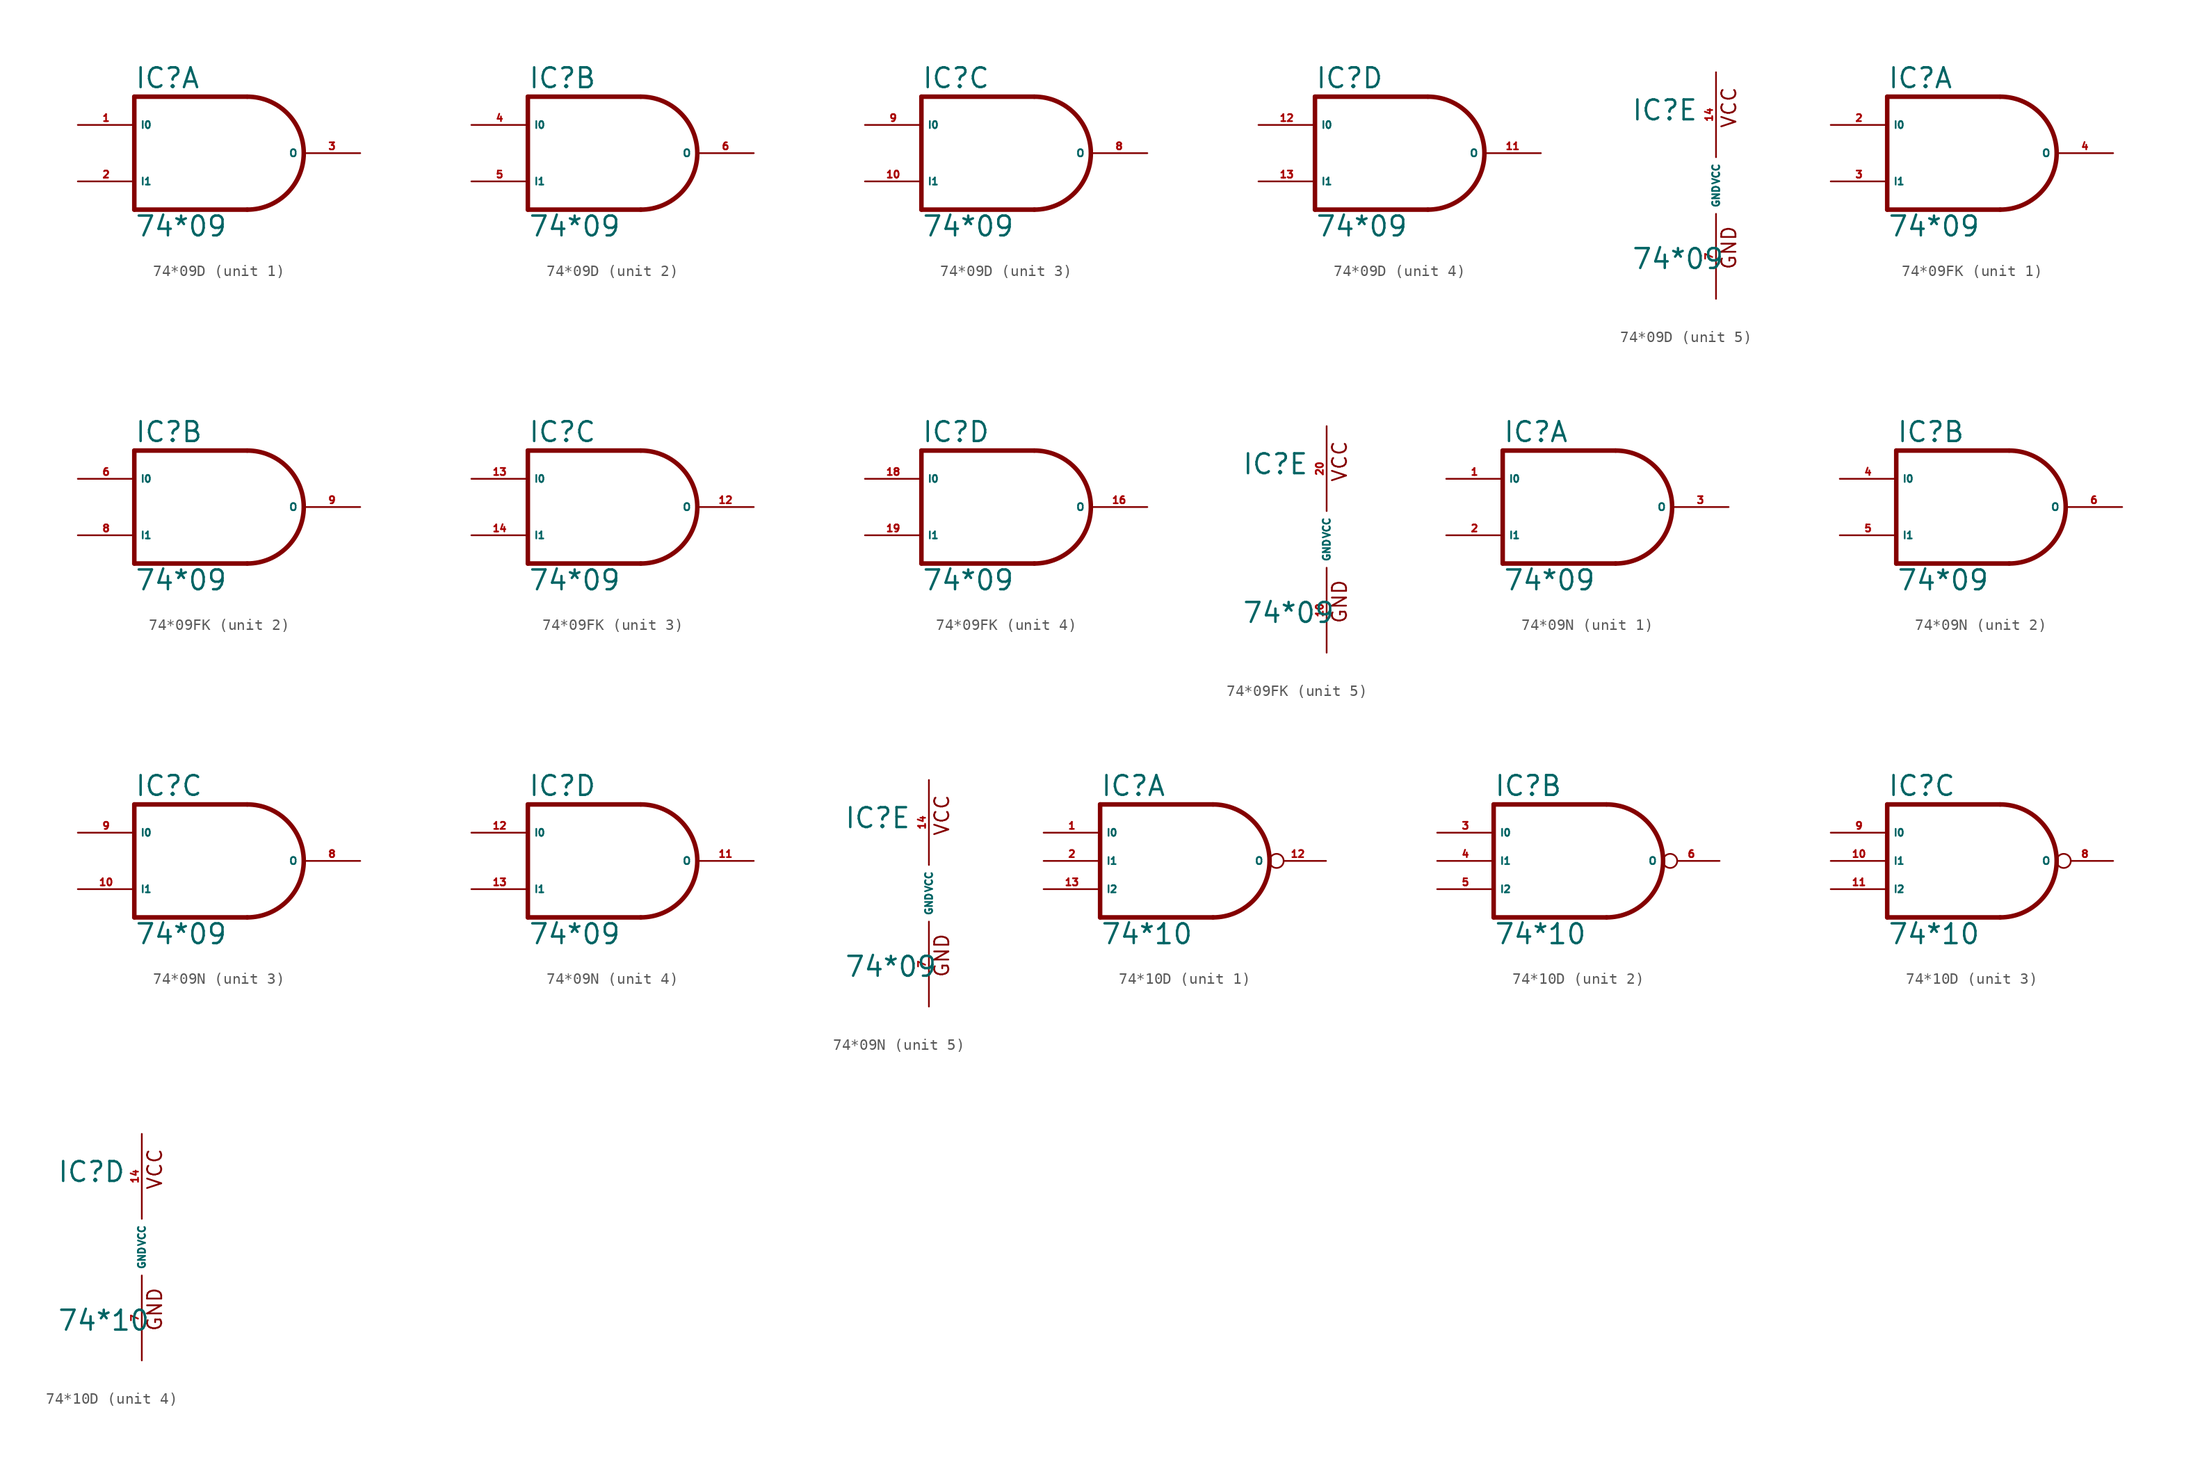
<source format=kicad_sym>
(kicad_symbol_lib
  (version 20220914)
  (generator Eagle2Kicad)
  (symbol "74*09D"
    (property "Reference" "IC"
      (at -7.62 5.715 0)
      (effects (font (size 1.778 1.778) (thickness 0.22)) (justify left bottom)))
    (property "Value" "74*09"
      (at -7.62 -7.62 0)
      (effects (font (size 1.778 1.778) (thickness 0.22)) (justify left bottom)))
    (symbol "74*09D_1_0"
      (polyline (pts (xy 2.54 5.08) (xy -7.62 5.08)) (stroke (width 0.406) (type default)) (fill (type none)))
      (polyline (pts (xy -7.62 5.08) (xy -7.62 -5.08)) (stroke (width 0.406) (type default)) (fill (type none)))
      (polyline (pts (xy -7.62 -5.08) (xy 2.54 -5.08)) (stroke (width 0.406) (type default)) (fill (type none)))
      (arc (start 2.54 -5.08) (mid 7.620 0.000) (end 2.54 5.08) (stroke (width 0.4064) (type default)) (fill (type none)))
      (pin input line (at -12.7 2.54 0) (length 5.08) (name "I0" (effects (font (size 0.635 0.635) (thickness 0.08)) (justify left bottom))) (number "1" (effects (font (size 0.635 0.635) (thickness 0.08)) (justify left bottom))))
      (pin input line (at -12.7 -2.54 0) (length 5.08) (name "I1" (effects (font (size 0.635 0.635) (thickness 0.08)) (justify left bottom))) (number "2" (effects (font (size 0.635 0.635) (thickness 0.08)) (justify left bottom))))
      (pin open_collector line (at 12.7 0 180) (length 5.08) (name "O" (effects (font (size 0.635 0.635) (thickness 0.08)) (justify left bottom))) (number "3" (effects (font (size 0.635 0.635) (thickness 0.08)) (justify left bottom)))))
    (symbol "74*09D_2_0"
      (polyline (pts (xy 2.54 5.08) (xy -7.62 5.08)) (stroke (width 0.406) (type default)) (fill (type none)))
      (polyline (pts (xy -7.62 5.08) (xy -7.62 -5.08)) (stroke (width 0.406) (type default)) (fill (type none)))
      (polyline (pts (xy -7.62 -5.08) (xy 2.54 -5.08)) (stroke (width 0.406) (type default)) (fill (type none)))
      (arc (start 2.54 -5.08) (mid 7.620 0.000) (end 2.54 5.08) (stroke (width 0.4064) (type default)) (fill (type none)))
      (pin input line (at -12.7 2.54 0) (length 5.08) (name "I0" (effects (font (size 0.635 0.635) (thickness 0.08)) (justify left bottom))) (number "4" (effects (font (size 0.635 0.635) (thickness 0.08)) (justify left bottom))))
      (pin input line (at -12.7 -2.54 0) (length 5.08) (name "I1" (effects (font (size 0.635 0.635) (thickness 0.08)) (justify left bottom))) (number "5" (effects (font (size 0.635 0.635) (thickness 0.08)) (justify left bottom))))
      (pin open_collector line (at 12.7 0 180) (length 5.08) (name "O" (effects (font (size 0.635 0.635) (thickness 0.08)) (justify left bottom))) (number "6" (effects (font (size 0.635 0.635) (thickness 0.08)) (justify left bottom)))))
    (symbol "74*09D_3_0"
      (polyline (pts (xy 2.54 5.08) (xy -7.62 5.08)) (stroke (width 0.406) (type default)) (fill (type none)))
      (polyline (pts (xy -7.62 5.08) (xy -7.62 -5.08)) (stroke (width 0.406) (type default)) (fill (type none)))
      (polyline (pts (xy -7.62 -5.08) (xy 2.54 -5.08)) (stroke (width 0.406) (type default)) (fill (type none)))
      (arc (start 2.54 -5.08) (mid 7.620 0.000) (end 2.54 5.08) (stroke (width 0.4064) (type default)) (fill (type none)))
      (pin input line (at -12.7 2.54 0) (length 5.08) (name "I0" (effects (font (size 0.635 0.635) (thickness 0.08)) (justify left bottom))) (number "9" (effects (font (size 0.635 0.635) (thickness 0.08)) (justify left bottom))))
      (pin input line (at -12.7 -2.54 0) (length 5.08) (name "I1" (effects (font (size 0.635 0.635) (thickness 0.08)) (justify left bottom))) (number "10" (effects (font (size 0.635 0.635) (thickness 0.08)) (justify left bottom))))
      (pin open_collector line (at 12.7 0 180) (length 5.08) (name "O" (effects (font (size 0.635 0.635) (thickness 0.08)) (justify left bottom))) (number "8" (effects (font (size 0.635 0.635) (thickness 0.08)) (justify left bottom)))))
    (symbol "74*09D_4_0"
      (polyline (pts (xy 2.54 5.08) (xy -7.62 5.08)) (stroke (width 0.406) (type default)) (fill (type none)))
      (polyline (pts (xy -7.62 5.08) (xy -7.62 -5.08)) (stroke (width 0.406) (type default)) (fill (type none)))
      (polyline (pts (xy -7.62 -5.08) (xy 2.54 -5.08)) (stroke (width 0.406) (type default)) (fill (type none)))
      (arc (start 2.54 -5.08) (mid 7.620 0.000) (end 2.54 5.08) (stroke (width 0.4064) (type default)) (fill (type none)))
      (pin input line (at -12.7 2.54 0) (length 5.08) (name "I0" (effects (font (size 0.635 0.635) (thickness 0.08)) (justify left bottom))) (number "12" (effects (font (size 0.635 0.635) (thickness 0.08)) (justify left bottom))))
      (pin input line (at -12.7 -2.54 0) (length 5.08) (name "I1" (effects (font (size 0.635 0.635) (thickness 0.08)) (justify left bottom))) (number "13" (effects (font (size 0.635 0.635) (thickness 0.08)) (justify left bottom))))
      (pin open_collector line (at 12.7 0 180) (length 5.08) (name "O" (effects (font (size 0.635 0.635) (thickness 0.08)) (justify left bottom))) (number "11" (effects (font (size 0.635 0.635) (thickness 0.08)) (justify left bottom)))))
    (symbol "74*09D_5_0"
      (text "GND" (at 1.905 -7.62 900) (effects (font (size 1.27 1.27) (thickness 0.16)) (justify left bottom)))
      (text "VCC" (at 1.905 5.08 900) (effects (font (size 1.27 1.27) (thickness 0.16)) (justify left bottom)))
      (pin unspecified line (at 0 -10.16 90) (length 7.62) (name "GND" (effects (font (size 0.635 0.635) (thickness 0.08)) (justify left bottom))) (number "7" (effects (font (size 0.635 0.635) (thickness 0.08)) (justify left bottom))))
      (pin unspecified line (at 0 10.16 270) (length 7.62) (name "VCC" (effects (font (size 0.635 0.635) (thickness 0.08)) (justify left bottom))) (number "14" (effects (font (size 0.635 0.635) (thickness 0.08)) (justify left bottom))))))
  (symbol "74*09FK"
    (property "Reference" "IC"
      (at -7.62 5.715 0)
      (effects (font (size 1.778 1.778) (thickness 0.22)) (justify left bottom)))
    (property "Value" "74*09"
      (at -7.62 -7.62 0)
      (effects (font (size 1.778 1.778) (thickness 0.22)) (justify left bottom)))
    (symbol "74*09FK_1_0"
      (polyline (pts (xy 2.54 5.08) (xy -7.62 5.08)) (stroke (width 0.406) (type default)) (fill (type none)))
      (polyline (pts (xy -7.62 5.08) (xy -7.62 -5.08)) (stroke (width 0.406) (type default)) (fill (type none)))
      (polyline (pts (xy -7.62 -5.08) (xy 2.54 -5.08)) (stroke (width 0.406) (type default)) (fill (type none)))
      (arc (start 2.54 -5.08) (mid 7.620 0.000) (end 2.54 5.08) (stroke (width 0.4064) (type default)) (fill (type none)))
      (pin input line (at -12.7 2.54 0) (length 5.08) (name "I0" (effects (font (size 0.635 0.635) (thickness 0.08)) (justify left bottom))) (number "2" (effects (font (size 0.635 0.635) (thickness 0.08)) (justify left bottom))))
      (pin input line (at -12.7 -2.54 0) (length 5.08) (name "I1" (effects (font (size 0.635 0.635) (thickness 0.08)) (justify left bottom))) (number "3" (effects (font (size 0.635 0.635) (thickness 0.08)) (justify left bottom))))
      (pin open_collector line (at 12.7 0 180) (length 5.08) (name "O" (effects (font (size 0.635 0.635) (thickness 0.08)) (justify left bottom))) (number "4" (effects (font (size 0.635 0.635) (thickness 0.08)) (justify left bottom)))))
    (symbol "74*09FK_2_0"
      (polyline (pts (xy 2.54 5.08) (xy -7.62 5.08)) (stroke (width 0.406) (type default)) (fill (type none)))
      (polyline (pts (xy -7.62 5.08) (xy -7.62 -5.08)) (stroke (width 0.406) (type default)) (fill (type none)))
      (polyline (pts (xy -7.62 -5.08) (xy 2.54 -5.08)) (stroke (width 0.406) (type default)) (fill (type none)))
      (arc (start 2.54 -5.08) (mid 7.620 0.000) (end 2.54 5.08) (stroke (width 0.4064) (type default)) (fill (type none)))
      (pin input line (at -12.7 2.54 0) (length 5.08) (name "I0" (effects (font (size 0.635 0.635) (thickness 0.08)) (justify left bottom))) (number "6" (effects (font (size 0.635 0.635) (thickness 0.08)) (justify left bottom))))
      (pin input line (at -12.7 -2.54 0) (length 5.08) (name "I1" (effects (font (size 0.635 0.635) (thickness 0.08)) (justify left bottom))) (number "8" (effects (font (size 0.635 0.635) (thickness 0.08)) (justify left bottom))))
      (pin open_collector line (at 12.7 0 180) (length 5.08) (name "O" (effects (font (size 0.635 0.635) (thickness 0.08)) (justify left bottom))) (number "9" (effects (font (size 0.635 0.635) (thickness 0.08)) (justify left bottom)))))
    (symbol "74*09FK_3_0"
      (polyline (pts (xy 2.54 5.08) (xy -7.62 5.08)) (stroke (width 0.406) (type default)) (fill (type none)))
      (polyline (pts (xy -7.62 5.08) (xy -7.62 -5.08)) (stroke (width 0.406) (type default)) (fill (type none)))
      (polyline (pts (xy -7.62 -5.08) (xy 2.54 -5.08)) (stroke (width 0.406) (type default)) (fill (type none)))
      (arc (start 2.54 -5.08) (mid 7.620 0.000) (end 2.54 5.08) (stroke (width 0.4064) (type default)) (fill (type none)))
      (pin input line (at -12.7 2.54 0) (length 5.08) (name "I0" (effects (font (size 0.635 0.635) (thickness 0.08)) (justify left bottom))) (number "13" (effects (font (size 0.635 0.635) (thickness 0.08)) (justify left bottom))))
      (pin input line (at -12.7 -2.54 0) (length 5.08) (name "I1" (effects (font (size 0.635 0.635) (thickness 0.08)) (justify left bottom))) (number "14" (effects (font (size 0.635 0.635) (thickness 0.08)) (justify left bottom))))
      (pin open_collector line (at 12.7 0 180) (length 5.08) (name "O" (effects (font (size 0.635 0.635) (thickness 0.08)) (justify left bottom))) (number "12" (effects (font (size 0.635 0.635) (thickness 0.08)) (justify left bottom)))))
    (symbol "74*09FK_4_0"
      (polyline (pts (xy 2.54 5.08) (xy -7.62 5.08)) (stroke (width 0.406) (type default)) (fill (type none)))
      (polyline (pts (xy -7.62 5.08) (xy -7.62 -5.08)) (stroke (width 0.406) (type default)) (fill (type none)))
      (polyline (pts (xy -7.62 -5.08) (xy 2.54 -5.08)) (stroke (width 0.406) (type default)) (fill (type none)))
      (arc (start 2.54 -5.08) (mid 7.620 0.000) (end 2.54 5.08) (stroke (width 0.4064) (type default)) (fill (type none)))
      (pin input line (at -12.7 2.54 0) (length 5.08) (name "I0" (effects (font (size 0.635 0.635) (thickness 0.08)) (justify left bottom))) (number "18" (effects (font (size 0.635 0.635) (thickness 0.08)) (justify left bottom))))
      (pin input line (at -12.7 -2.54 0) (length 5.08) (name "I1" (effects (font (size 0.635 0.635) (thickness 0.08)) (justify left bottom))) (number "19" (effects (font (size 0.635 0.635) (thickness 0.08)) (justify left bottom))))
      (pin open_collector line (at 12.7 0 180) (length 5.08) (name "O" (effects (font (size 0.635 0.635) (thickness 0.08)) (justify left bottom))) (number "16" (effects (font (size 0.635 0.635) (thickness 0.08)) (justify left bottom)))))
    (symbol "74*09FK_5_0"
      (text "GND" (at 1.905 -7.62 900) (effects (font (size 1.27 1.27) (thickness 0.16)) (justify left bottom)))
      (text "VCC" (at 1.905 5.08 900) (effects (font (size 1.27 1.27) (thickness 0.16)) (justify left bottom)))
      (pin unspecified line (at 0 -10.16 90) (length 7.62) (name "GND" (effects (font (size 0.635 0.635) (thickness 0.08)) (justify left bottom))) (number "10" (effects (font (size 0.635 0.635) (thickness 0.08)) (justify left bottom))))
      (pin unspecified line (at 0 10.16 270) (length 7.62) (name "VCC" (effects (font (size 0.635 0.635) (thickness 0.08)) (justify left bottom))) (number "20" (effects (font (size 0.635 0.635) (thickness 0.08)) (justify left bottom))))))
  (symbol "74*09N"
    (property "Reference" "IC"
      (at -7.62 5.715 0)
      (effects (font (size 1.778 1.778) (thickness 0.22)) (justify left bottom)))
    (property "Value" "74*09"
      (at -7.62 -7.62 0)
      (effects (font (size 1.778 1.778) (thickness 0.22)) (justify left bottom)))
    (symbol "74*09N_1_0"
      (polyline (pts (xy 2.54 5.08) (xy -7.62 5.08)) (stroke (width 0.406) (type default)) (fill (type none)))
      (polyline (pts (xy -7.62 5.08) (xy -7.62 -5.08)) (stroke (width 0.406) (type default)) (fill (type none)))
      (polyline (pts (xy -7.62 -5.08) (xy 2.54 -5.08)) (stroke (width 0.406) (type default)) (fill (type none)))
      (arc (start 2.54 -5.08) (mid 7.620 0.000) (end 2.54 5.08) (stroke (width 0.4064) (type default)) (fill (type none)))
      (pin input line (at -12.7 2.54 0) (length 5.08) (name "I0" (effects (font (size 0.635 0.635) (thickness 0.08)) (justify left bottom))) (number "1" (effects (font (size 0.635 0.635) (thickness 0.08)) (justify left bottom))))
      (pin input line (at -12.7 -2.54 0) (length 5.08) (name "I1" (effects (font (size 0.635 0.635) (thickness 0.08)) (justify left bottom))) (number "2" (effects (font (size 0.635 0.635) (thickness 0.08)) (justify left bottom))))
      (pin open_collector line (at 12.7 0 180) (length 5.08) (name "O" (effects (font (size 0.635 0.635) (thickness 0.08)) (justify left bottom))) (number "3" (effects (font (size 0.635 0.635) (thickness 0.08)) (justify left bottom)))))
    (symbol "74*09N_2_0"
      (polyline (pts (xy 2.54 5.08) (xy -7.62 5.08)) (stroke (width 0.406) (type default)) (fill (type none)))
      (polyline (pts (xy -7.62 5.08) (xy -7.62 -5.08)) (stroke (width 0.406) (type default)) (fill (type none)))
      (polyline (pts (xy -7.62 -5.08) (xy 2.54 -5.08)) (stroke (width 0.406) (type default)) (fill (type none)))
      (arc (start 2.54 -5.08) (mid 7.620 0.000) (end 2.54 5.08) (stroke (width 0.4064) (type default)) (fill (type none)))
      (pin input line (at -12.7 2.54 0) (length 5.08) (name "I0" (effects (font (size 0.635 0.635) (thickness 0.08)) (justify left bottom))) (number "4" (effects (font (size 0.635 0.635) (thickness 0.08)) (justify left bottom))))
      (pin input line (at -12.7 -2.54 0) (length 5.08) (name "I1" (effects (font (size 0.635 0.635) (thickness 0.08)) (justify left bottom))) (number "5" (effects (font (size 0.635 0.635) (thickness 0.08)) (justify left bottom))))
      (pin open_collector line (at 12.7 0 180) (length 5.08) (name "O" (effects (font (size 0.635 0.635) (thickness 0.08)) (justify left bottom))) (number "6" (effects (font (size 0.635 0.635) (thickness 0.08)) (justify left bottom)))))
    (symbol "74*09N_3_0"
      (polyline (pts (xy 2.54 5.08) (xy -7.62 5.08)) (stroke (width 0.406) (type default)) (fill (type none)))
      (polyline (pts (xy -7.62 5.08) (xy -7.62 -5.08)) (stroke (width 0.406) (type default)) (fill (type none)))
      (polyline (pts (xy -7.62 -5.08) (xy 2.54 -5.08)) (stroke (width 0.406) (type default)) (fill (type none)))
      (arc (start 2.54 -5.08) (mid 7.620 0.000) (end 2.54 5.08) (stroke (width 0.4064) (type default)) (fill (type none)))
      (pin input line (at -12.7 2.54 0) (length 5.08) (name "I0" (effects (font (size 0.635 0.635) (thickness 0.08)) (justify left bottom))) (number "9" (effects (font (size 0.635 0.635) (thickness 0.08)) (justify left bottom))))
      (pin input line (at -12.7 -2.54 0) (length 5.08) (name "I1" (effects (font (size 0.635 0.635) (thickness 0.08)) (justify left bottom))) (number "10" (effects (font (size 0.635 0.635) (thickness 0.08)) (justify left bottom))))
      (pin open_collector line (at 12.7 0 180) (length 5.08) (name "O" (effects (font (size 0.635 0.635) (thickness 0.08)) (justify left bottom))) (number "8" (effects (font (size 0.635 0.635) (thickness 0.08)) (justify left bottom)))))
    (symbol "74*09N_4_0"
      (polyline (pts (xy 2.54 5.08) (xy -7.62 5.08)) (stroke (width 0.406) (type default)) (fill (type none)))
      (polyline (pts (xy -7.62 5.08) (xy -7.62 -5.08)) (stroke (width 0.406) (type default)) (fill (type none)))
      (polyline (pts (xy -7.62 -5.08) (xy 2.54 -5.08)) (stroke (width 0.406) (type default)) (fill (type none)))
      (arc (start 2.54 -5.08) (mid 7.620 0.000) (end 2.54 5.08) (stroke (width 0.4064) (type default)) (fill (type none)))
      (pin input line (at -12.7 2.54 0) (length 5.08) (name "I0" (effects (font (size 0.635 0.635) (thickness 0.08)) (justify left bottom))) (number "12" (effects (font (size 0.635 0.635) (thickness 0.08)) (justify left bottom))))
      (pin input line (at -12.7 -2.54 0) (length 5.08) (name "I1" (effects (font (size 0.635 0.635) (thickness 0.08)) (justify left bottom))) (number "13" (effects (font (size 0.635 0.635) (thickness 0.08)) (justify left bottom))))
      (pin open_collector line (at 12.7 0 180) (length 5.08) (name "O" (effects (font (size 0.635 0.635) (thickness 0.08)) (justify left bottom))) (number "11" (effects (font (size 0.635 0.635) (thickness 0.08)) (justify left bottom)))))
    (symbol "74*09N_5_0"
      (text "GND" (at 1.905 -7.62 900) (effects (font (size 1.27 1.27) (thickness 0.16)) (justify left bottom)))
      (text "VCC" (at 1.905 5.08 900) (effects (font (size 1.27 1.27) (thickness 0.16)) (justify left bottom)))
      (pin unspecified line (at 0 -10.16 90) (length 7.62) (name "GND" (effects (font (size 0.635 0.635) (thickness 0.08)) (justify left bottom))) (number "7" (effects (font (size 0.635 0.635) (thickness 0.08)) (justify left bottom))))
      (pin unspecified line (at 0 10.16 270) (length 7.62) (name "VCC" (effects (font (size 0.635 0.635) (thickness 0.08)) (justify left bottom))) (number "14" (effects (font (size 0.635 0.635) (thickness 0.08)) (justify left bottom))))))
  (symbol "74*10D"
    (property "Reference" "IC"
      (at -7.62 5.715 0)
      (effects (font (size 1.778 1.778) (thickness 0.22)) (justify left bottom)))
    (property "Value" "74*10"
      (at -7.62 -7.62 0)
      (effects (font (size 1.778 1.778) (thickness 0.22)) (justify left bottom)))
    (symbol "74*10D_1_0"
      (polyline (pts (xy 2.54 5.08) (xy -7.62 5.08)) (stroke (width 0.406) (type default)) (fill (type none)))
      (polyline (pts (xy -7.62 5.08) (xy -7.62 -5.08)) (stroke (width 0.406) (type default)) (fill (type none)))
      (polyline (pts (xy -7.62 -5.08) (xy 2.54 -5.08)) (stroke (width 0.406) (type default)) (fill (type none)))
      (arc (start 2.54 -5.08) (mid 7.620 0.000) (end 2.54 5.08) (stroke (width 0.4064) (type default)) (fill (type none)))
      (pin input line (at -12.7 2.54 0) (length 5.08) (name "I0" (effects (font (size 0.635 0.635) (thickness 0.08)) (justify left bottom))) (number "1" (effects (font (size 0.635 0.635) (thickness 0.08)) (justify left bottom))))
      (pin input line (at -12.7 0 0) (length 5.08) (name "I1" (effects (font (size 0.635 0.635) (thickness 0.08)) (justify left bottom))) (number "2" (effects (font (size 0.635 0.635) (thickness 0.08)) (justify left bottom))))
      (pin output inverted (at 12.7 0 180) (length 5.08) (name "O" (effects (font (size 0.635 0.635) (thickness 0.08)) (justify left bottom))) (number "12" (effects (font (size 0.635 0.635) (thickness 0.08)) (justify left bottom))))
      (pin input line (at -12.7 -2.54 0) (length 5.08) (name "I2" (effects (font (size 0.635 0.635) (thickness 0.08)) (justify left bottom))) (number "13" (effects (font (size 0.635 0.635) (thickness 0.08)) (justify left bottom)))))
    (symbol "74*10D_2_0"
      (polyline (pts (xy 2.54 5.08) (xy -7.62 5.08)) (stroke (width 0.406) (type default)) (fill (type none)))
      (polyline (pts (xy -7.62 5.08) (xy -7.62 -5.08)) (stroke (width 0.406) (type default)) (fill (type none)))
      (polyline (pts (xy -7.62 -5.08) (xy 2.54 -5.08)) (stroke (width 0.406) (type default)) (fill (type none)))
      (arc (start 2.54 -5.08) (mid 7.620 0.000) (end 2.54 5.08) (stroke (width 0.4064) (type default)) (fill (type none)))
      (pin input line (at -12.7 2.54 0) (length 5.08) (name "I0" (effects (font (size 0.635 0.635) (thickness 0.08)) (justify left bottom))) (number "3" (effects (font (size 0.635 0.635) (thickness 0.08)) (justify left bottom))))
      (pin input line (at -12.7 0 0) (length 5.08) (name "I1" (effects (font (size 0.635 0.635) (thickness 0.08)) (justify left bottom))) (number "4" (effects (font (size 0.635 0.635) (thickness 0.08)) (justify left bottom))))
      (pin output inverted (at 12.7 0 180) (length 5.08) (name "O" (effects (font (size 0.635 0.635) (thickness 0.08)) (justify left bottom))) (number "6" (effects (font (size 0.635 0.635) (thickness 0.08)) (justify left bottom))))
      (pin input line (at -12.7 -2.54 0) (length 5.08) (name "I2" (effects (font (size 0.635 0.635) (thickness 0.08)) (justify left bottom))) (number "5" (effects (font (size 0.635 0.635) (thickness 0.08)) (justify left bottom)))))
    (symbol "74*10D_3_0"
      (polyline (pts (xy 2.54 5.08) (xy -7.62 5.08)) (stroke (width 0.406) (type default)) (fill (type none)))
      (polyline (pts (xy -7.62 5.08) (xy -7.62 -5.08)) (stroke (width 0.406) (type default)) (fill (type none)))
      (polyline (pts (xy -7.62 -5.08) (xy 2.54 -5.08)) (stroke (width 0.406) (type default)) (fill (type none)))
      (arc (start 2.54 -5.08) (mid 7.620 0.000) (end 2.54 5.08) (stroke (width 0.4064) (type default)) (fill (type none)))
      (pin input line (at -12.7 2.54 0) (length 5.08) (name "I0" (effects (font (size 0.635 0.635) (thickness 0.08)) (justify left bottom))) (number "9" (effects (font (size 0.635 0.635) (thickness 0.08)) (justify left bottom))))
      (pin input line (at -12.7 0 0) (length 5.08) (name "I1" (effects (font (size 0.635 0.635) (thickness 0.08)) (justify left bottom))) (number "10" (effects (font (size 0.635 0.635) (thickness 0.08)) (justify left bottom))))
      (pin output inverted (at 12.7 0 180) (length 5.08) (name "O" (effects (font (size 0.635 0.635) (thickness 0.08)) (justify left bottom))) (number "8" (effects (font (size 0.635 0.635) (thickness 0.08)) (justify left bottom))))
      (pin input line (at -12.7 -2.54 0) (length 5.08) (name "I2" (effects (font (size 0.635 0.635) (thickness 0.08)) (justify left bottom))) (number "11" (effects (font (size 0.635 0.635) (thickness 0.08)) (justify left bottom)))))
    (symbol "74*10D_4_0"
      (text "GND" (at 1.905 -7.62 900) (effects (font (size 1.27 1.27) (thickness 0.16)) (justify left bottom)))
      (text "VCC" (at 1.905 5.08 900) (effects (font (size 1.27 1.27) (thickness 0.16)) (justify left bottom)))
      (pin unspecified line (at 0 -10.16 90) (length 7.62) (name "GND" (effects (font (size 0.635 0.635) (thickness 0.08)) (justify left bottom))) (number "7" (effects (font (size 0.635 0.635) (thickness 0.08)) (justify left bottom))))
      (pin unspecified line (at 0 10.16 270) (length 7.62) (name "VCC" (effects (font (size 0.635 0.635) (thickness 0.08)) (justify left bottom))) (number "14" (effects (font (size 0.635 0.635) (thickness 0.08)) (justify left bottom)))))))
</source>
